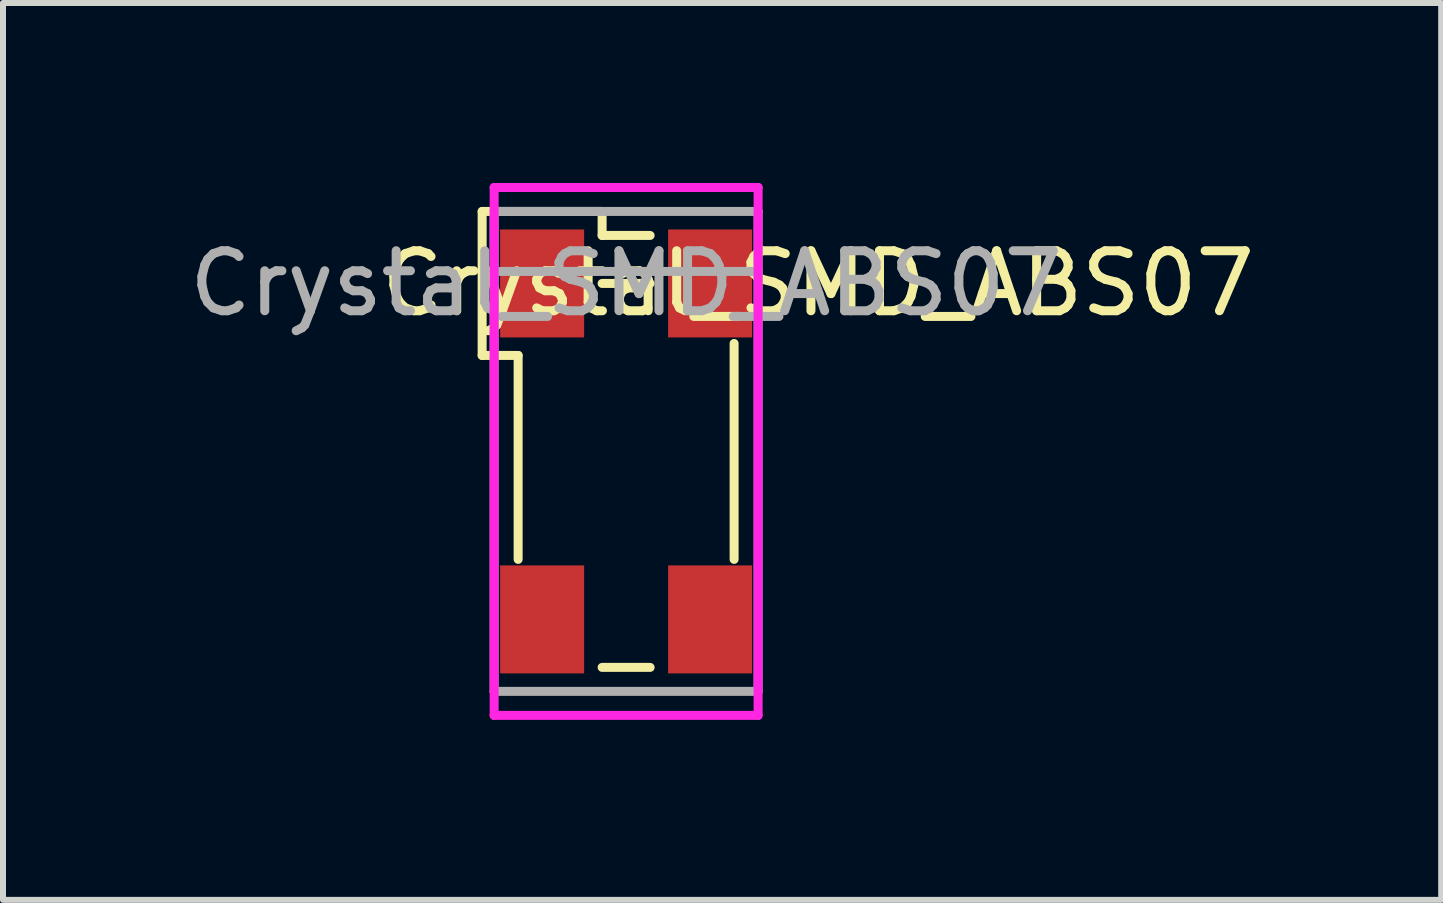
<source format=kicad_pcb>
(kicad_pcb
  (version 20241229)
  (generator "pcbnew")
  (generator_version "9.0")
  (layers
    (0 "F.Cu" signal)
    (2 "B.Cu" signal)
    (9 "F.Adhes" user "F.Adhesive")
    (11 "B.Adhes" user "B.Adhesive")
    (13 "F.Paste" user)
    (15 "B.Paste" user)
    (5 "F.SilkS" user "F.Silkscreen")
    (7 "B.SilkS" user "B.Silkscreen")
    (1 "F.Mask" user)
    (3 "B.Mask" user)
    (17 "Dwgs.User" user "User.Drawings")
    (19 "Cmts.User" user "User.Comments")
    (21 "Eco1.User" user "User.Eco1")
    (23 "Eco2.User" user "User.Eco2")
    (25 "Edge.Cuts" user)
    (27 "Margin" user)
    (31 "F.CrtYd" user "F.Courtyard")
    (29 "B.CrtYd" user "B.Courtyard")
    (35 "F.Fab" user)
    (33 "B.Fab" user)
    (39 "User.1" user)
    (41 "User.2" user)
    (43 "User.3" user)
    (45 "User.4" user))
  (footprint "Crystal_SMD_ABS07"
    (layer "F.Cu")
    (at 7.387 1.675)
    (property "Reference" "Crystal_SMD_ABS07" (at 3.2 0 180) (layer "F.SilkS") (effects (font (size 1 1) (thickness 0.15))))
    (attr smd)
    (fp_line (start -2.4 -1.2) (end -0.4 -1.2) (stroke (width 0.15) (type solid)) (layer "F.SilkS"))
    (fp_line (start -2.4 1.2) (end -2.4 -1.2) (stroke (width 0.15) (type solid)) (layer "F.SilkS"))
    (fp_line (start -1.8 1.2) (end -2.4 1.2) (stroke (width 0.15) (type solid)) (layer "F.SilkS"))
    (fp_line (start -1.8 1.2) (end -1.8 4.6) (stroke (width 0.15) (type solid)) (layer "F.SilkS"))
    (fp_line (start -0.4 -1.2) (end -0.4 -0.8) (stroke (width 0.15) (type solid)) (layer "F.SilkS"))
    (fp_line (start 0.4 -0.8) (end -0.4 -0.8) (stroke (width 0.15) (type solid)) (layer "F.SilkS"))
    (fp_line (start 0.4 0) (end -0.4 0) (stroke (width 0.15) (type solid)) (layer "F.SilkS"))
    (fp_line (start 0.4 6.4) (end -0.4 6.4) (stroke (width 0.15) (type solid)) (layer "F.SilkS"))
    (fp_line (start 1.8 1) (end 1.8 4.6) (stroke (width 0.15) (type solid)) (layer "F.SilkS"))
    (fp_line (start -2.2 -1.6) (end -2.2 7.2) (stroke (width 0.15) (type solid)) (layer "F.CrtYd"))
    (fp_line (start 2.2 -1.6) (end -2.2 -1.6) (stroke (width 0.15) (type solid)) (layer "F.CrtYd"))
    (fp_line (start 2.2 -1.6) (end 2.2 7.2) (stroke (width 0.15) (type solid)) (layer "F.CrtYd"))
    (fp_line (start 2.2 7.2) (end -2.2 7.2) (stroke (width 0.15) (type solid)) (layer "F.CrtYd"))
    (fp_line (start -2.2 -1.2) (end -2.2 6.8) (stroke (width 0.15) (type solid)) (layer "F.Fab"))
    (fp_line (start -2.2 6.8) (end 2.2 6.8) (stroke (width 0.15) (type solid)) (layer "F.Fab"))
    (fp_line (start 2.2 -1.2) (end -2.2 -1.2) (stroke (width 0.15) (type solid)) (layer "F.Fab"))
    (fp_line (start 2.2 -0.2) (end -2.2 -0.2) (stroke (width 0.15) (type solid)) (layer "F.Fab"))
    (fp_line (start 2.2 6.8) (end 2.2 -1.2) (stroke (width 0.15) (type solid)) (layer "F.Fab"))
    (fp_text user "${REFERENCE}" (at 0 0 180) (layer "F.Fab") (effects (font (size 1 1) (thickness 0.15))))
    (pad "1" smd rect (at -1.4 0 270) (size 1.8 1.4) (layers "F.Cu" "F.Mask" "F.Paste"))
    (pad "2" smd rect (at -1.4 5.6 270) (size 1.8 1.4) (layers "F.Cu" "F.Mask" "F.Paste"))
    (pad "3" smd rect (at 1.4 5.6 270) (size 1.8 1.4) (layers "F.Cu" "F.Mask" "F.Paste"))
    (pad "4" smd rect (at 1.4 0 270) (size 1.8 1.4) (layers "F.Cu" "F.Mask" "F.Paste")))
  (gr_rect
    (start -3 -3)
    (end 20.974 11.95)
    (stroke (width 0.1) (type default))
    (fill no)
    (layer "Edge.Cuts")))
</source>
